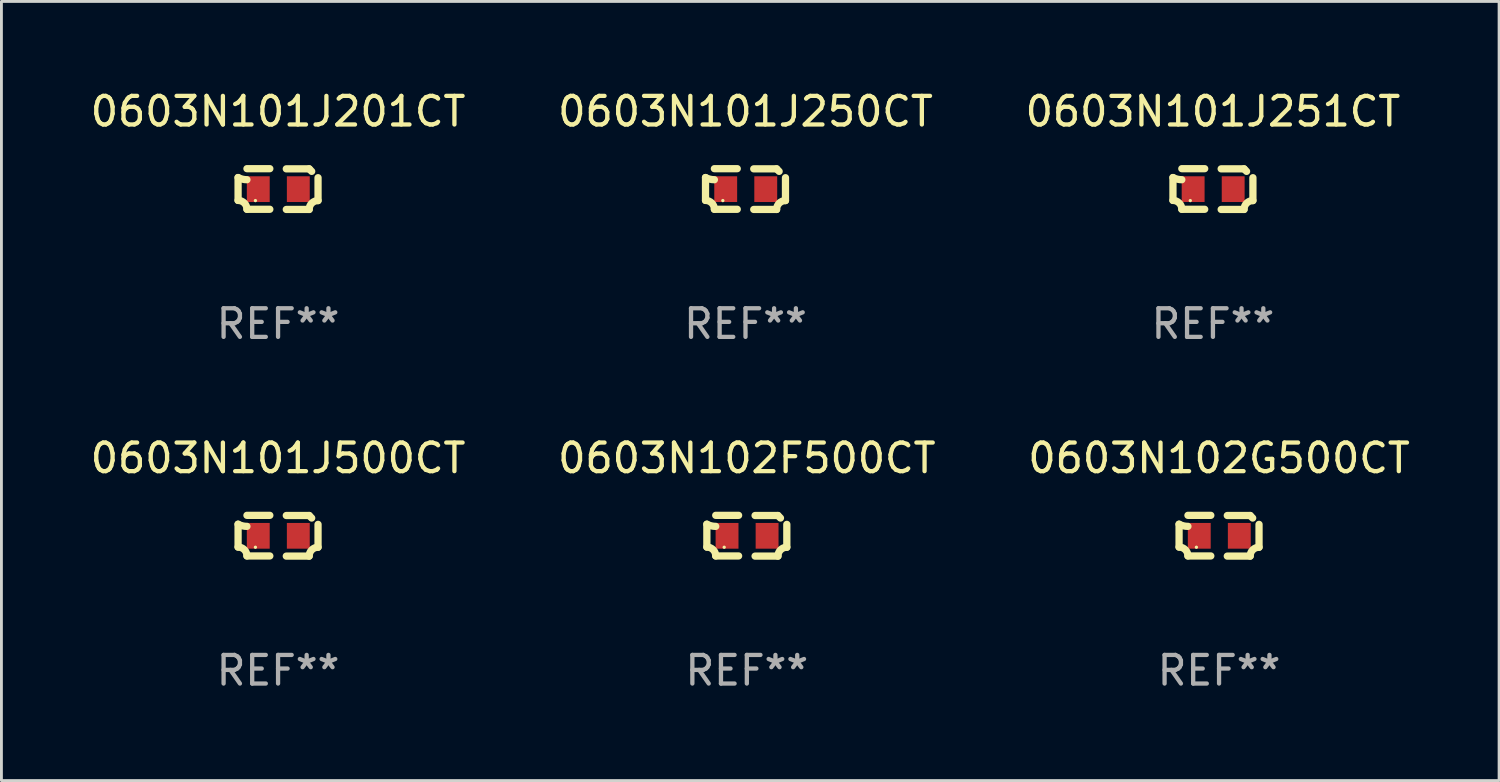
<source format=kicad_pcb>
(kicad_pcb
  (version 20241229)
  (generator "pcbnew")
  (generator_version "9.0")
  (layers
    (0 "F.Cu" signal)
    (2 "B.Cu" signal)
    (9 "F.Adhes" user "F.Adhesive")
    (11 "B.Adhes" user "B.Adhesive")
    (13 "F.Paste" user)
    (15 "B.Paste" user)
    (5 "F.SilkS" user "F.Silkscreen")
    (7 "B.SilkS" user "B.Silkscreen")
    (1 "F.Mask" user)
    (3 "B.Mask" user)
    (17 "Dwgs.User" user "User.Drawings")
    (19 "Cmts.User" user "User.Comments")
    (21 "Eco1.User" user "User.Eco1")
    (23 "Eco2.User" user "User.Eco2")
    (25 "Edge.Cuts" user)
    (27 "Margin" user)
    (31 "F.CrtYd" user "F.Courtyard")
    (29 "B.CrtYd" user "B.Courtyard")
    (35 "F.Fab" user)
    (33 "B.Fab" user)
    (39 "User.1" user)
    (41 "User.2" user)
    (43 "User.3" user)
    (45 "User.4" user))
  (footprint "0603N101J251CT"
    (layer "F.Cu")
    (at 39.363 3.561)
    (property "Reference" "0603N101J251CT" (at 0 -2.713 0) (layer "F.SilkS") (effects (font (size 1 1) (thickness 0.15))))
    (attr through_hole)
    (fp_line (start -1.398 -0.403) (end -1.398 0.397) (stroke (width 0.254) (type solid)) (layer "F.SilkS"))
    (fp_line (start -0.288 -0.713) (end -1.088 -0.713) (stroke (width 0.254) (type solid)) (layer "F.SilkS"))
    (fp_line (start -0.288 0.707) (end -1.088 0.707) (stroke (width 0.254) (type solid)) (layer "F.SilkS"))
    (fp_line (start 0.288 -0.707) (end 1.088 -0.707) (stroke (width 0.254) (type solid)) (layer "F.SilkS"))
    (fp_line (start 0.288 0.713) (end 1.088 0.713) (stroke (width 0.254) (type solid)) (layer "F.SilkS"))
    (fp_line (start 1.398 -0.397) (end 1.398 0.403) (stroke (width 0.254) (type solid)) (layer "F.SilkS"))
    (fp_arc (start -1.397789 0.397066) (mid -1.178701 0.487826) (end -1.08796 0.706922) (stroke (width 0.254001) (type solid)) (layer "F.SilkS"))
    (fp_arc (start -1.08796 -0.327176) (mid -1.247436 -0.346384) (end -1.39779 -0.402908) (stroke (width 0.254001) (type solid)) (layer "F.SilkS"))
    (fp_arc (start 1.087909 0.712738) (mid 1.178656 0.493655) (end 1.397739 0.402908) (stroke (width 0.254001) (type solid)) (layer "F.SilkS"))
    (fp_arc (start 1.175925 -0.618926) (mid 1.131917 -0.662923) (end 1.08791 -0.706922) (stroke (width 0.254001) (type solid)) (layer "F.SilkS"))
    (fp_circle (center -0.792 0.403) (end -0.762 0.403) (stroke (width 0.06) (type solid)) (fill no) (layer "F.SilkS"))
    (fp_text user "REF**" (at 0 4.713 0) (layer "F.Fab") (effects (font (size 1 1) (thickness 0.15))))
    (pad "1" smd rect (at -0.692 0.003) (size 0.8 0.9) (layers "F.Cu" "F.Mask" "F.Paste"))
    (pad "2" smd rect (at 0.708 0.003) (size 0.8 0.9) (layers "F.Cu" "F.Mask" "F.Paste")))
  (footprint "0603N102F500CT"
    (layer "F.Cu")
    (at 23.065 15.683)
    (property "Reference" "0603N102F500CT" (at 0 -2.713 0) (layer "F.SilkS") (effects (font (size 1 1) (thickness 0.15))))
    (attr through_hole)
    (fp_line (start -1.398 -0.403) (end -1.398 0.397) (stroke (width 0.254) (type solid)) (layer "F.SilkS"))
    (fp_line (start -0.288 -0.713) (end -1.088 -0.713) (stroke (width 0.254) (type solid)) (layer "F.SilkS"))
    (fp_line (start -0.288 0.707) (end -1.088 0.707) (stroke (width 0.254) (type solid)) (layer "F.SilkS"))
    (fp_line (start 0.288 -0.707) (end 1.088 -0.707) (stroke (width 0.254) (type solid)) (layer "F.SilkS"))
    (fp_line (start 0.288 0.713) (end 1.088 0.713) (stroke (width 0.254) (type solid)) (layer "F.SilkS"))
    (fp_line (start 1.398 -0.397) (end 1.398 0.403) (stroke (width 0.254) (type solid)) (layer "F.SilkS"))
    (fp_arc (start -1.397789 0.397066) (mid -1.178701 0.487826) (end -1.08796 0.706922) (stroke (width 0.254001) (type solid)) (layer "F.SilkS"))
    (fp_arc (start -1.08796 -0.327176) (mid -1.247436 -0.346384) (end -1.39779 -0.402908) (stroke (width 0.254001) (type solid)) (layer "F.SilkS"))
    (fp_arc (start 1.087909 0.712738) (mid 1.178656 0.493655) (end 1.397739 0.402908) (stroke (width 0.254001) (type solid)) (layer "F.SilkS"))
    (fp_arc (start 1.175925 -0.618926) (mid 1.131917 -0.662923) (end 1.08791 -0.706922) (stroke (width 0.254001) (type solid)) (layer "F.SilkS"))
    (fp_circle (center -0.792 0.403) (end -0.762 0.403) (stroke (width 0.06) (type solid)) (fill no) (layer "F.SilkS"))
    (fp_text user "REF**" (at 0 4.713 0) (layer "F.Fab") (effects (font (size 1 1) (thickness 0.15))))
    (pad "1" smd rect (at -0.692 0.003) (size 0.8 0.9) (layers "F.Cu" "F.Mask" "F.Paste"))
    (pad "2" smd rect (at 0.708 0.003) (size 0.8 0.9) (layers "F.Cu" "F.Mask" "F.Paste")))
  (footprint "0603N102G500CT"
    (layer "F.Cu")
    (at 39.577 15.683)
    (property "Reference" "0603N102G500CT" (at 0 -2.713 0) (layer "F.SilkS") (effects (font (size 1 1) (thickness 0.15))))
    (attr through_hole)
    (fp_line (start -1.398 -0.403) (end -1.398 0.397) (stroke (width 0.254) (type solid)) (layer "F.SilkS"))
    (fp_line (start -0.288 -0.713) (end -1.088 -0.713) (stroke (width 0.254) (type solid)) (layer "F.SilkS"))
    (fp_line (start -0.288 0.707) (end -1.088 0.707) (stroke (width 0.254) (type solid)) (layer "F.SilkS"))
    (fp_line (start 0.288 -0.707) (end 1.088 -0.707) (stroke (width 0.254) (type solid)) (layer "F.SilkS"))
    (fp_line (start 0.288 0.713) (end 1.088 0.713) (stroke (width 0.254) (type solid)) (layer "F.SilkS"))
    (fp_line (start 1.398 -0.397) (end 1.398 0.403) (stroke (width 0.254) (type solid)) (layer "F.SilkS"))
    (fp_arc (start -1.397789 0.397066) (mid -1.178701 0.487826) (end -1.08796 0.706922) (stroke (width 0.254001) (type solid)) (layer "F.SilkS"))
    (fp_arc (start -1.08796 -0.327176) (mid -1.247436 -0.346384) (end -1.39779 -0.402908) (stroke (width 0.254001) (type solid)) (layer "F.SilkS"))
    (fp_arc (start 1.087909 0.712738) (mid 1.178656 0.493655) (end 1.397739 0.402908) (stroke (width 0.254001) (type solid)) (layer "F.SilkS"))
    (fp_arc (start 1.175925 -0.618926) (mid 1.131917 -0.662923) (end 1.08791 -0.706922) (stroke (width 0.254001) (type solid)) (layer "F.SilkS"))
    (fp_circle (center -0.792 0.403) (end -0.762 0.403) (stroke (width 0.06) (type solid)) (fill no) (layer "F.SilkS"))
    (fp_text user "REF**" (at 0 4.713 0) (layer "F.Fab") (effects (font (size 1 1) (thickness 0.15))))
    (pad "1" smd rect (at -0.692 0.003) (size 0.8 0.9) (layers "F.Cu" "F.Mask" "F.Paste"))
    (pad "2" smd rect (at 0.708 0.003) (size 0.8 0.9) (layers "F.Cu" "F.Mask" "F.Paste")))
  (footprint "0603N101J201CT"
    (layer "F.Cu")
    (at 6.673 3.561)
    (property "Reference" "0603N101J201CT" (at 0 -2.713 0) (layer "F.SilkS") (effects (font (size 1 1) (thickness 0.15))))
    (attr through_hole)
    (fp_line (start -1.398 -0.403) (end -1.398 0.397) (stroke (width 0.254) (type solid)) (layer "F.SilkS"))
    (fp_line (start -0.288 -0.713) (end -1.088 -0.713) (stroke (width 0.254) (type solid)) (layer "F.SilkS"))
    (fp_line (start -0.288 0.707) (end -1.088 0.707) (stroke (width 0.254) (type solid)) (layer "F.SilkS"))
    (fp_line (start 0.288 -0.707) (end 1.088 -0.707) (stroke (width 0.254) (type solid)) (layer "F.SilkS"))
    (fp_line (start 0.288 0.713) (end 1.088 0.713) (stroke (width 0.254) (type solid)) (layer "F.SilkS"))
    (fp_line (start 1.398 -0.397) (end 1.398 0.403) (stroke (width 0.254) (type solid)) (layer "F.SilkS"))
    (fp_arc (start -1.397789 0.397066) (mid -1.178701 0.487826) (end -1.08796 0.706922) (stroke (width 0.254001) (type solid)) (layer "F.SilkS"))
    (fp_arc (start -1.08796 -0.327176) (mid -1.247436 -0.346384) (end -1.39779 -0.402908) (stroke (width 0.254001) (type solid)) (layer "F.SilkS"))
    (fp_arc (start 1.087909 0.712738) (mid 1.178656 0.493655) (end 1.397739 0.402908) (stroke (width 0.254001) (type solid)) (layer "F.SilkS"))
    (fp_arc (start 1.175925 -0.618926) (mid 1.131917 -0.662923) (end 1.08791 -0.706922) (stroke (width 0.254001) (type solid)) (layer "F.SilkS"))
    (fp_circle (center -0.792 0.403) (end -0.762 0.403) (stroke (width 0.06) (type solid)) (fill no) (layer "F.SilkS"))
    (fp_text user "REF**" (at 0 4.713 0) (layer "F.Fab") (effects (font (size 1 1) (thickness 0.15))))
    (pad "1" smd rect (at -0.692 0.003) (size 0.8 0.9) (layers "F.Cu" "F.Mask" "F.Paste"))
    (pad "2" smd rect (at 0.708 0.003) (size 0.8 0.9) (layers "F.Cu" "F.Mask" "F.Paste")))
  (footprint "0603N101J500CT"
    (layer "F.Cu")
    (at 6.673 15.683)
    (property "Reference" "0603N101J500CT" (at 0 -2.713 0) (layer "F.SilkS") (effects (font (size 1 1) (thickness 0.15))))
    (attr through_hole)
    (fp_line (start -1.398 -0.403) (end -1.398 0.397) (stroke (width 0.254) (type solid)) (layer "F.SilkS"))
    (fp_line (start -0.288 -0.713) (end -1.088 -0.713) (stroke (width 0.254) (type solid)) (layer "F.SilkS"))
    (fp_line (start -0.288 0.707) (end -1.088 0.707) (stroke (width 0.254) (type solid)) (layer "F.SilkS"))
    (fp_line (start 0.288 -0.707) (end 1.088 -0.707) (stroke (width 0.254) (type solid)) (layer "F.SilkS"))
    (fp_line (start 0.288 0.713) (end 1.088 0.713) (stroke (width 0.254) (type solid)) (layer "F.SilkS"))
    (fp_line (start 1.398 -0.397) (end 1.398 0.403) (stroke (width 0.254) (type solid)) (layer "F.SilkS"))
    (fp_arc (start -1.397789 0.397066) (mid -1.178701 0.487826) (end -1.08796 0.706922) (stroke (width 0.254001) (type solid)) (layer "F.SilkS"))
    (fp_arc (start -1.08796 -0.327176) (mid -1.247436 -0.346384) (end -1.39779 -0.402908) (stroke (width 0.254001) (type solid)) (layer "F.SilkS"))
    (fp_arc (start 1.087909 0.712738) (mid 1.178656 0.493655) (end 1.397739 0.402908) (stroke (width 0.254001) (type solid)) (layer "F.SilkS"))
    (fp_arc (start 1.175925 -0.618926) (mid 1.131917 -0.662923) (end 1.08791 -0.706922) (stroke (width 0.254001) (type solid)) (layer "F.SilkS"))
    (fp_circle (center -0.792 0.403) (end -0.762 0.403) (stroke (width 0.06) (type solid)) (fill no) (layer "F.SilkS"))
    (fp_text user "REF**" (at 0 4.713 0) (layer "F.Fab") (effects (font (size 1 1) (thickness 0.15))))
    (pad "1" smd rect (at -0.692 0.003) (size 0.8 0.9) (layers "F.Cu" "F.Mask" "F.Paste"))
    (pad "2" smd rect (at 0.708 0.003) (size 0.8 0.9) (layers "F.Cu" "F.Mask" "F.Paste")))
  (footprint "0603N101J250CT"
    (layer "F.Cu")
    (at 23.018 3.561)
    (property "Reference" "0603N101J250CT" (at 0 -2.713 0) (layer "F.SilkS") (effects (font (size 1 1) (thickness 0.15))))
    (attr through_hole)
    (fp_line (start -1.398 -0.403) (end -1.398 0.397) (stroke (width 0.254) (type solid)) (layer "F.SilkS"))
    (fp_line (start -0.288 -0.713) (end -1.088 -0.713) (stroke (width 0.254) (type solid)) (layer "F.SilkS"))
    (fp_line (start -0.288 0.707) (end -1.088 0.707) (stroke (width 0.254) (type solid)) (layer "F.SilkS"))
    (fp_line (start 0.288 -0.707) (end 1.088 -0.707) (stroke (width 0.254) (type solid)) (layer "F.SilkS"))
    (fp_line (start 0.288 0.713) (end 1.088 0.713) (stroke (width 0.254) (type solid)) (layer "F.SilkS"))
    (fp_line (start 1.398 -0.397) (end 1.398 0.403) (stroke (width 0.254) (type solid)) (layer "F.SilkS"))
    (fp_arc (start -1.397789 0.397066) (mid -1.178701 0.487826) (end -1.08796 0.706922) (stroke (width 0.254001) (type solid)) (layer "F.SilkS"))
    (fp_arc (start -1.08796 -0.327176) (mid -1.247436 -0.346384) (end -1.39779 -0.402908) (stroke (width 0.254001) (type solid)) (layer "F.SilkS"))
    (fp_arc (start 1.087909 0.712738) (mid 1.178656 0.493655) (end 1.397739 0.402908) (stroke (width 0.254001) (type solid)) (layer "F.SilkS"))
    (fp_arc (start 1.175925 -0.618926) (mid 1.131917 -0.662923) (end 1.08791 -0.706922) (stroke (width 0.254001) (type solid)) (layer "F.SilkS"))
    (fp_circle (center -0.792 0.403) (end -0.762 0.403) (stroke (width 0.06) (type solid)) (fill no) (layer "F.SilkS"))
    (fp_text user "REF**" (at 0 4.713 0) (layer "F.Fab") (effects (font (size 1 1) (thickness 0.15))))
    (pad "1" smd rect (at -0.692 0.003) (size 0.8 0.9) (layers "F.Cu" "F.Mask" "F.Paste"))
    (pad "2" smd rect (at 0.708 0.003) (size 0.8 0.9) (layers "F.Cu" "F.Mask" "F.Paste")))
  (gr_rect
    (start -3 -3)
    (end 49.369 24.244)
    (stroke (width 0.1) (type default))
    (fill no)
    (layer "Edge.Cuts")))
</source>
